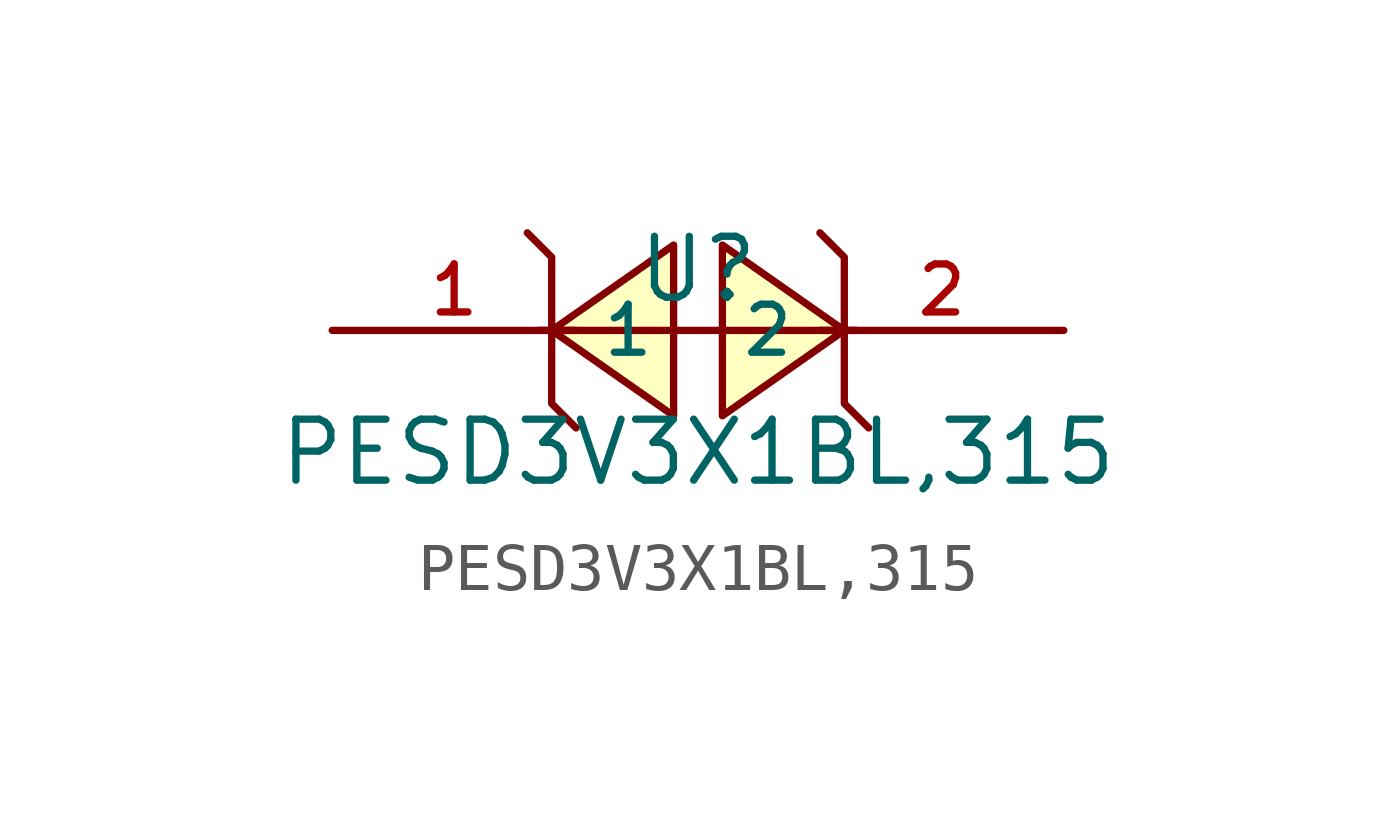
<source format=kicad_sym>
(kicad_symbol_lib
  (version 20210201)
  (generator TousstNicolas/JLC2KiCad_lib)
  (symbol "PESD3V3X1BL,315"
    (property "Reference" "U"
      (at 0 1.27 0)
      (effects (font (size 1.27 1.27))))
    (property "Value" "PESD3V3X1BL,315"
      (at 0 -2.54 0)
      (effects (font (size 1.27 1.27))))
    (symbol "PESD3V3X1BL,315_0_1"
      (polyline (pts (xy -0.508 -1.778) (xy -3.048 -0.0) (xy -0.508 1.778) (xy -0.508 -1.778)) (stroke (width 0) (type default) (color 0 0 0 0)) (fill (type background)))
      (polyline (pts (xy 0.508 1.778) (xy 3.048 -0.0) (xy 0.508 -1.778) (xy 0.508 1.778)) (stroke (width 0) (type default) (color 0 0 0 0)) (fill (type background)))
      (polyline (pts (xy -3.556 2.032) (xy -3.048 1.524) (xy -3.048 -1.524) (xy -2.54 -2.032)) (stroke (width 0) (type default) (color 0 0 0 0)) (fill (type none)))
      (pin unspecified line (at -7.62 -0.0 0) (length 5.08) (name "1" (effects (font (size 1 1)))) (number "1" (effects (font (size 1 1)))))
      (pin unspecified line (at 7.62 -0.0 180) (length 5.08) (name "2" (effects (font (size 1 1)))) (number "2" (effects (font (size 1 1)))))
      (polyline (pts (xy 2.54 2.032) (xy 3.048 1.524) (xy 3.048 -1.524) (xy 3.556 -2.032)) (stroke (width 0) (type default) (color 0 0 0 0)) (fill (type none)))
      (polyline (pts (xy -3.302 -0.0) (xy 3.302 -0.0)) (stroke (width 0) (type default) (color 0 0 0 0)) (fill (type none))))))
</source>
